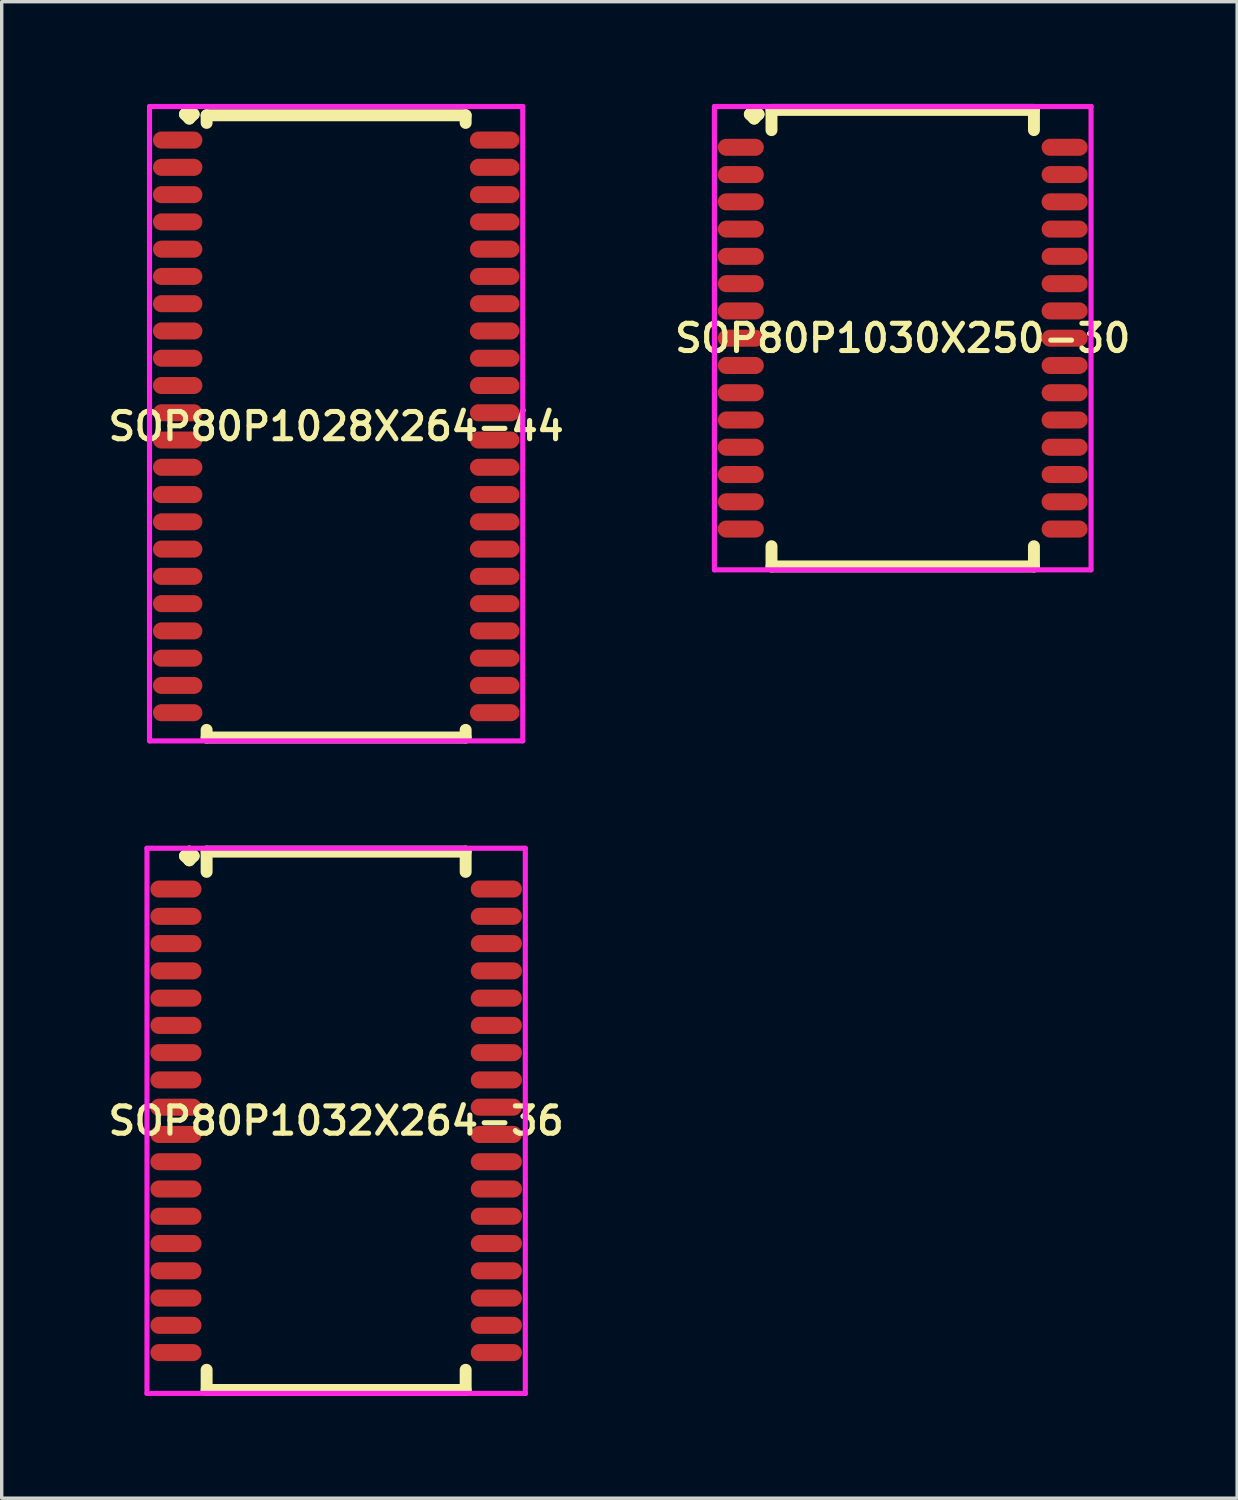
<source format=kicad_pcb>
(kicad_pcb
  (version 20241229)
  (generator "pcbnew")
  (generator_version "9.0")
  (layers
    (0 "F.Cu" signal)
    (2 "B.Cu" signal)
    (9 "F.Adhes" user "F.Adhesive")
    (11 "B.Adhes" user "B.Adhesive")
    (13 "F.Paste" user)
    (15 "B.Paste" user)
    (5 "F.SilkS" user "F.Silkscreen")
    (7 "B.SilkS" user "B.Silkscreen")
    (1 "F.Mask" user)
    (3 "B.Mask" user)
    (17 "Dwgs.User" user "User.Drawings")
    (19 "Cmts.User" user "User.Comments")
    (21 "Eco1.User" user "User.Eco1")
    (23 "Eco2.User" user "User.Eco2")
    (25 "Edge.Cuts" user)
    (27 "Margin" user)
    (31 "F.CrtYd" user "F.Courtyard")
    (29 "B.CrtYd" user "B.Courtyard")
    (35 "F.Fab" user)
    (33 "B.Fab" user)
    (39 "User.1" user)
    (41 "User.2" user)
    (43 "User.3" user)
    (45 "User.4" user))
  (footprint "SOP80P1032X264-36"
    (layer "F.Cu")
    (at 6.812 29.834)
    (property "Reference" "SOP80P1032X264-36" (at 0 0 0) (layer "F.SilkS") (effects (font (size 0.8 0.8) (thickness 0.15))))
    (attr smd)
    (fp_line (start -4.435 -7.77) (end -4.308 -7.897) (stroke (width 0.35) (type solid)) (layer "F.SilkS"))
    (fp_line (start -4.308 -7.897) (end -4.181 -7.77) (stroke (width 0.35) (type solid)) (layer "F.SilkS"))
    (fp_line (start -4.308 -7.643) (end -4.435 -7.77) (stroke (width 0.35) (type solid)) (layer "F.SilkS"))
    (fp_line (start -4.181 -7.77) (end -4.308 -7.643) (stroke (width 0.35) (type solid)) (layer "F.SilkS"))
    (fp_line (start -3.8 -7.897) (end 3.8 -7.897) (stroke (width 0.35) (type solid)) (layer "F.SilkS"))
    (fp_line (start -3.8 -7.304) (end -3.8 -7.897) (stroke (width 0.35) (type solid)) (layer "F.SilkS"))
    (fp_line (start -3.8 7.304) (end -3.8 7.897) (stroke (width 0.35) (type solid)) (layer "F.SilkS"))
    (fp_line (start -3.8 7.897) (end 3.8 7.897) (stroke (width 0.35) (type solid)) (layer "F.SilkS"))
    (fp_line (start 3.8 -7.897) (end 3.8 -7.304) (stroke (width 0.35) (type solid)) (layer "F.SilkS"))
    (fp_line (start 3.8 7.897) (end 3.8 7.304) (stroke (width 0.35) (type solid)) (layer "F.SilkS"))
    (fp_line (start -5.55 -7.997) (end 5.55 -7.997) (stroke (width 0.15) (type solid)) (layer "F.CrtYd"))
    (fp_line (start -5.55 7.997) (end -5.55 -7.997) (stroke (width 0.15) (type solid)) (layer "F.CrtYd"))
    (fp_line (start 5.55 -7.997) (end 5.55 7.997) (stroke (width 0.15) (type solid)) (layer "F.CrtYd"))
    (fp_line (start 5.55 7.997) (end -5.55 7.997) (stroke (width 0.15) (type solid)) (layer "F.CrtYd"))
    (pad "1" smd oval (at -4.7 -6.8) (size 1.5 0.5) (layers "F.Cu" "F.Mask" "F.Paste"))
    (pad "2" smd oval (at -4.7 -6) (size 1.5 0.5) (layers "F.Cu" "F.Mask" "F.Paste"))
    (pad "3" smd oval (at -4.7 -5.2) (size 1.5 0.5) (layers "F.Cu" "F.Mask" "F.Paste"))
    (pad "4" smd oval (at -4.7 -4.4) (size 1.5 0.5) (layers "F.Cu" "F.Mask" "F.Paste"))
    (pad "5" smd oval (at -4.7 -3.6) (size 1.5 0.5) (layers "F.Cu" "F.Mask" "F.Paste"))
    (pad "6" smd oval (at -4.7 -2.8) (size 1.5 0.5) (layers "F.Cu" "F.Mask" "F.Paste"))
    (pad "7" smd oval (at -4.7 -2) (size 1.5 0.5) (layers "F.Cu" "F.Mask" "F.Paste"))
    (pad "8" smd oval (at -4.7 -1.2) (size 1.5 0.5) (layers "F.Cu" "F.Mask" "F.Paste"))
    (pad "9" smd oval (at -4.7 -0.4) (size 1.5 0.5) (layers "F.Cu" "F.Mask" "F.Paste"))
    (pad "10" smd oval (at -4.7 0.4) (size 1.5 0.5) (layers "F.Cu" "F.Mask" "F.Paste"))
    (pad "11" smd oval (at -4.7 1.2) (size 1.5 0.5) (layers "F.Cu" "F.Mask" "F.Paste"))
    (pad "12" smd oval (at -4.7 2) (size 1.5 0.5) (layers "F.Cu" "F.Mask" "F.Paste"))
    (pad "13" smd oval (at -4.7 2.8) (size 1.5 0.5) (layers "F.Cu" "F.Mask" "F.Paste"))
    (pad "14" smd oval (at -4.7 3.6) (size 1.5 0.5) (layers "F.Cu" "F.Mask" "F.Paste"))
    (pad "15" smd oval (at -4.7 4.4) (size 1.5 0.5) (layers "F.Cu" "F.Mask" "F.Paste"))
    (pad "16" smd oval (at -4.7 5.2) (size 1.5 0.5) (layers "F.Cu" "F.Mask" "F.Paste"))
    (pad "17" smd oval (at -4.7 6) (size 1.5 0.5) (layers "F.Cu" "F.Mask" "F.Paste"))
    (pad "18" smd oval (at -4.7 6.8) (size 1.5 0.5) (layers "F.Cu" "F.Mask" "F.Paste"))
    (pad "19" smd oval (at 4.7 6.8) (size 1.5 0.5) (layers "F.Cu" "F.Mask" "F.Paste"))
    (pad "20" smd oval (at 4.7 6) (size 1.5 0.5) (layers "F.Cu" "F.Mask" "F.Paste"))
    (pad "21" smd oval (at 4.7 5.2) (size 1.5 0.5) (layers "F.Cu" "F.Mask" "F.Paste"))
    (pad "22" smd oval (at 4.7 4.4) (size 1.5 0.5) (layers "F.Cu" "F.Mask" "F.Paste"))
    (pad "23" smd oval (at 4.7 3.6) (size 1.5 0.5) (layers "F.Cu" "F.Mask" "F.Paste"))
    (pad "24" smd oval (at 4.7 2.8) (size 1.5 0.5) (layers "F.Cu" "F.Mask" "F.Paste"))
    (pad "25" smd oval (at 4.7 2) (size 1.5 0.5) (layers "F.Cu" "F.Mask" "F.Paste"))
    (pad "26" smd oval (at 4.7 1.2) (size 1.5 0.5) (layers "F.Cu" "F.Mask" "F.Paste"))
    (pad "27" smd oval (at 4.7 0.4) (size 1.5 0.5) (layers "F.Cu" "F.Mask" "F.Paste"))
    (pad "28" smd oval (at 4.7 -0.4) (size 1.5 0.5) (layers "F.Cu" "F.Mask" "F.Paste"))
    (pad "29" smd oval (at 4.7 -1.2) (size 1.5 0.5) (layers "F.Cu" "F.Mask" "F.Paste"))
    (pad "30" smd oval (at 4.7 -2) (size 1.5 0.5) (layers "F.Cu" "F.Mask" "F.Paste"))
    (pad "31" smd oval (at 4.7 -2.8) (size 1.5 0.5) (layers "F.Cu" "F.Mask" "F.Paste"))
    (pad "32" smd oval (at 4.7 -3.6) (size 1.5 0.5) (layers "F.Cu" "F.Mask" "F.Paste"))
    (pad "33" smd oval (at 4.7 -4.4) (size 1.5 0.5) (layers "F.Cu" "F.Mask" "F.Paste"))
    (pad "34" smd oval (at 4.7 -5.2) (size 1.5 0.5) (layers "F.Cu" "F.Mask" "F.Paste"))
    (pad "35" smd oval (at 4.7 -6) (size 1.5 0.5) (layers "F.Cu" "F.Mask" "F.Paste"))
    (pad "36" smd oval (at 4.7 -6.8) (size 1.5 0.5) (layers "F.Cu" "F.Mask" "F.Paste")))
  (footprint "SOP80P1030X250-30"
    (layer "F.Cu")
    (at 23.435 6.872)
    (property "Reference" "SOP80P1030X250-30" (at 0 0 0) (layer "F.SilkS") (effects (font (size 0.8 0.8) (thickness 0.15))))
    (attr smd)
    (fp_line (start -4.485 -6.57) (end -4.358 -6.697) (stroke (width 0.35) (type solid)) (layer "F.SilkS"))
    (fp_line (start -4.358 -6.697) (end -4.231 -6.57) (stroke (width 0.35) (type solid)) (layer "F.SilkS"))
    (fp_line (start -4.358 -6.443) (end -4.485 -6.57) (stroke (width 0.35) (type solid)) (layer "F.SilkS"))
    (fp_line (start -4.231 -6.57) (end -4.358 -6.443) (stroke (width 0.35) (type solid)) (layer "F.SilkS"))
    (fp_line (start -3.85 -6.697) (end 3.85 -6.697) (stroke (width 0.35) (type solid)) (layer "F.SilkS"))
    (fp_line (start -3.85 -6.104) (end -3.85 -6.697) (stroke (width 0.35) (type solid)) (layer "F.SilkS"))
    (fp_line (start -3.85 6.104) (end -3.85 6.697) (stroke (width 0.35) (type solid)) (layer "F.SilkS"))
    (fp_line (start -3.85 6.697) (end 3.85 6.697) (stroke (width 0.35) (type solid)) (layer "F.SilkS"))
    (fp_line (start 3.85 -6.697) (end 3.85 -6.104) (stroke (width 0.35) (type solid)) (layer "F.SilkS"))
    (fp_line (start 3.85 6.697) (end 3.85 6.104) (stroke (width 0.35) (type solid)) (layer "F.SilkS"))
    (fp_line (start -5.525 -6.797) (end 5.525 -6.797) (stroke (width 0.15) (type solid)) (layer "F.CrtYd"))
    (fp_line (start -5.525 6.797) (end -5.525 -6.797) (stroke (width 0.15) (type solid)) (layer "F.CrtYd"))
    (fp_line (start 5.525 -6.797) (end 5.525 6.797) (stroke (width 0.15) (type solid)) (layer "F.CrtYd"))
    (fp_line (start 5.525 6.797) (end -5.525 6.797) (stroke (width 0.15) (type solid)) (layer "F.CrtYd"))
    (pad "1" smd oval (at -4.75 -5.6) (size 1.35 0.5) (layers "F.Cu" "F.Mask" "F.Paste"))
    (pad "2" smd oval (at -4.75 -4.8) (size 1.35 0.5) (layers "F.Cu" "F.Mask" "F.Paste"))
    (pad "3" smd oval (at -4.75 -4) (size 1.35 0.5) (layers "F.Cu" "F.Mask" "F.Paste"))
    (pad "4" smd oval (at -4.75 -3.2) (size 1.35 0.5) (layers "F.Cu" "F.Mask" "F.Paste"))
    (pad "5" smd oval (at -4.75 -2.4) (size 1.35 0.5) (layers "F.Cu" "F.Mask" "F.Paste"))
    (pad "6" smd oval (at -4.75 -1.6) (size 1.35 0.5) (layers "F.Cu" "F.Mask" "F.Paste"))
    (pad "7" smd oval (at -4.75 -0.8) (size 1.35 0.5) (layers "F.Cu" "F.Mask" "F.Paste"))
    (pad "8" smd oval (at -4.75 0) (size 1.35 0.5) (layers "F.Cu" "F.Mask" "F.Paste"))
    (pad "9" smd oval (at -4.75 0.8) (size 1.35 0.5) (layers "F.Cu" "F.Mask" "F.Paste"))
    (pad "10" smd oval (at -4.75 1.6) (size 1.35 0.5) (layers "F.Cu" "F.Mask" "F.Paste"))
    (pad "11" smd oval (at -4.75 2.4) (size 1.35 0.5) (layers "F.Cu" "F.Mask" "F.Paste"))
    (pad "12" smd oval (at -4.75 3.2) (size 1.35 0.5) (layers "F.Cu" "F.Mask" "F.Paste"))
    (pad "13" smd oval (at -4.75 4) (size 1.35 0.5) (layers "F.Cu" "F.Mask" "F.Paste"))
    (pad "14" smd oval (at -4.75 4.8) (size 1.35 0.5) (layers "F.Cu" "F.Mask" "F.Paste"))
    (pad "15" smd oval (at -4.75 5.6) (size 1.35 0.5) (layers "F.Cu" "F.Mask" "F.Paste"))
    (pad "16" smd oval (at 4.75 5.6) (size 1.35 0.5) (layers "F.Cu" "F.Mask" "F.Paste"))
    (pad "17" smd oval (at 4.75 4.8) (size 1.35 0.5) (layers "F.Cu" "F.Mask" "F.Paste"))
    (pad "18" smd oval (at 4.75 4) (size 1.35 0.5) (layers "F.Cu" "F.Mask" "F.Paste"))
    (pad "19" smd oval (at 4.75 3.2) (size 1.35 0.5) (layers "F.Cu" "F.Mask" "F.Paste"))
    (pad "20" smd oval (at 4.75 2.4) (size 1.35 0.5) (layers "F.Cu" "F.Mask" "F.Paste"))
    (pad "21" smd oval (at 4.75 1.6) (size 1.35 0.5) (layers "F.Cu" "F.Mask" "F.Paste"))
    (pad "22" smd oval (at 4.75 0.8) (size 1.35 0.5) (layers "F.Cu" "F.Mask" "F.Paste"))
    (pad "23" smd oval (at 4.75 0) (size 1.35 0.5) (layers "F.Cu" "F.Mask" "F.Paste"))
    (pad "24" smd oval (at 4.75 -0.8) (size 1.35 0.5) (layers "F.Cu" "F.Mask" "F.Paste"))
    (pad "25" smd oval (at 4.75 -1.6) (size 1.35 0.5) (layers "F.Cu" "F.Mask" "F.Paste"))
    (pad "26" smd oval (at 4.75 -2.4) (size 1.35 0.5) (layers "F.Cu" "F.Mask" "F.Paste"))
    (pad "27" smd oval (at 4.75 -3.2) (size 1.35 0.5) (layers "F.Cu" "F.Mask" "F.Paste"))
    (pad "28" smd oval (at 4.75 -4) (size 1.35 0.5) (layers "F.Cu" "F.Mask" "F.Paste"))
    (pad "29" smd oval (at 4.75 -4.8) (size 1.35 0.5) (layers "F.Cu" "F.Mask" "F.Paste"))
    (pad "30" smd oval (at 4.75 -5.6) (size 1.35 0.5) (layers "F.Cu" "F.Mask" "F.Paste")))
  (footprint "SOP80P1028X264-44"
    (layer "F.Cu")
    (at 6.812 9.46)
    (property "Reference" "SOP80P1028X264-44" (at 0 0 0) (layer "F.SilkS") (effects (font (size 0.8 0.8) (thickness 0.15))))
    (attr smd)
    (fp_line (start -4.435 -9.158) (end -4.308 -9.285) (stroke (width 0.35) (type solid)) (layer "F.SilkS"))
    (fp_line (start -4.308 -9.285) (end -4.181 -9.158) (stroke (width 0.35) (type solid)) (layer "F.SilkS"))
    (fp_line (start -4.308 -9.031) (end -4.435 -9.158) (stroke (width 0.35) (type solid)) (layer "F.SilkS"))
    (fp_line (start -4.181 -9.158) (end -4.308 -9.031) (stroke (width 0.35) (type solid)) (layer "F.SilkS"))
    (fp_line (start -3.8 -9.127) (end 3.8 -9.127) (stroke (width 0.35) (type solid)) (layer "F.SilkS"))
    (fp_line (start -3.8 -8.904) (end -3.8 -9.127) (stroke (width 0.35) (type solid)) (layer "F.SilkS"))
    (fp_line (start -3.8 8.904) (end -3.8 9.127) (stroke (width 0.35) (type solid)) (layer "F.SilkS"))
    (fp_line (start -3.8 9.127) (end 3.8 9.127) (stroke (width 0.35) (type solid)) (layer "F.SilkS"))
    (fp_line (start 3.8 -9.127) (end 3.8 -8.904) (stroke (width 0.35) (type solid)) (layer "F.SilkS"))
    (fp_line (start 3.8 9.127) (end 3.8 8.904) (stroke (width 0.35) (type solid)) (layer "F.SilkS"))
    (fp_line (start -5.475 -9.385) (end 5.475 -9.385) (stroke (width 0.15) (type solid)) (layer "F.CrtYd"))
    (fp_line (start -5.475 9.227) (end -5.475 -9.385) (stroke (width 0.15) (type solid)) (layer "F.CrtYd"))
    (fp_line (start 5.475 -9.385) (end 5.475 9.227) (stroke (width 0.15) (type solid)) (layer "F.CrtYd"))
    (fp_line (start 5.475 9.227) (end -5.475 9.227) (stroke (width 0.15) (type solid)) (layer "F.CrtYd"))
    (pad "1" smd oval (at -4.65 -8.4) (size 1.45 0.5) (layers "F.Cu" "F.Mask" "F.Paste"))
    (pad "2" smd oval (at -4.65 -7.6) (size 1.45 0.5) (layers "F.Cu" "F.Mask" "F.Paste"))
    (pad "3" smd oval (at -4.65 -6.8) (size 1.45 0.5) (layers "F.Cu" "F.Mask" "F.Paste"))
    (pad "4" smd oval (at -4.65 -6) (size 1.45 0.5) (layers "F.Cu" "F.Mask" "F.Paste"))
    (pad "5" smd oval (at -4.65 -5.2) (size 1.45 0.5) (layers "F.Cu" "F.Mask" "F.Paste"))
    (pad "6" smd oval (at -4.65 -4.4) (size 1.45 0.5) (layers "F.Cu" "F.Mask" "F.Paste"))
    (pad "7" smd oval (at -4.65 -3.6) (size 1.45 0.5) (layers "F.Cu" "F.Mask" "F.Paste"))
    (pad "8" smd oval (at -4.65 -2.8) (size 1.45 0.5) (layers "F.Cu" "F.Mask" "F.Paste"))
    (pad "9" smd oval (at -4.65 -2) (size 1.45 0.5) (layers "F.Cu" "F.Mask" "F.Paste"))
    (pad "10" smd oval (at -4.65 -1.2) (size 1.45 0.5) (layers "F.Cu" "F.Mask" "F.Paste"))
    (pad "11" smd oval (at -4.65 -0.4) (size 1.45 0.5) (layers "F.Cu" "F.Mask" "F.Paste"))
    (pad "12" smd oval (at -4.65 0.4) (size 1.45 0.5) (layers "F.Cu" "F.Mask" "F.Paste"))
    (pad "13" smd oval (at -4.65 1.2) (size 1.45 0.5) (layers "F.Cu" "F.Mask" "F.Paste"))
    (pad "14" smd oval (at -4.65 2) (size 1.45 0.5) (layers "F.Cu" "F.Mask" "F.Paste"))
    (pad "15" smd oval (at -4.65 2.8) (size 1.45 0.5) (layers "F.Cu" "F.Mask" "F.Paste"))
    (pad "16" smd oval (at -4.65 3.6) (size 1.45 0.5) (layers "F.Cu" "F.Mask" "F.Paste"))
    (pad "17" smd oval (at -4.65 4.4) (size 1.45 0.5) (layers "F.Cu" "F.Mask" "F.Paste"))
    (pad "18" smd oval (at -4.65 5.2) (size 1.45 0.5) (layers "F.Cu" "F.Mask" "F.Paste"))
    (pad "19" smd oval (at -4.65 6) (size 1.45 0.5) (layers "F.Cu" "F.Mask" "F.Paste"))
    (pad "20" smd oval (at -4.65 6.8) (size 1.45 0.5) (layers "F.Cu" "F.Mask" "F.Paste"))
    (pad "21" smd oval (at -4.65 7.6) (size 1.45 0.5) (layers "F.Cu" "F.Mask" "F.Paste"))
    (pad "22" smd oval (at -4.65 8.4) (size 1.45 0.5) (layers "F.Cu" "F.Mask" "F.Paste"))
    (pad "23" smd oval (at 4.65 8.4) (size 1.45 0.5) (layers "F.Cu" "F.Mask" "F.Paste"))
    (pad "24" smd oval (at 4.65 7.6) (size 1.45 0.5) (layers "F.Cu" "F.Mask" "F.Paste"))
    (pad "25" smd oval (at 4.65 6.8) (size 1.45 0.5) (layers "F.Cu" "F.Mask" "F.Paste"))
    (pad "26" smd oval (at 4.65 6) (size 1.45 0.5) (layers "F.Cu" "F.Mask" "F.Paste"))
    (pad "27" smd oval (at 4.65 5.2) (size 1.45 0.5) (layers "F.Cu" "F.Mask" "F.Paste"))
    (pad "28" smd oval (at 4.65 4.4) (size 1.45 0.5) (layers "F.Cu" "F.Mask" "F.Paste"))
    (pad "29" smd oval (at 4.65 3.6) (size 1.45 0.5) (layers "F.Cu" "F.Mask" "F.Paste"))
    (pad "30" smd oval (at 4.65 2.8) (size 1.45 0.5) (layers "F.Cu" "F.Mask" "F.Paste"))
    (pad "31" smd oval (at 4.65 2) (size 1.45 0.5) (layers "F.Cu" "F.Mask" "F.Paste"))
    (pad "32" smd oval (at 4.65 1.2) (size 1.45 0.5) (layers "F.Cu" "F.Mask" "F.Paste"))
    (pad "33" smd oval (at 4.65 0.4) (size 1.45 0.5) (layers "F.Cu" "F.Mask" "F.Paste"))
    (pad "34" smd oval (at 4.65 -0.4) (size 1.45 0.5) (layers "F.Cu" "F.Mask" "F.Paste"))
    (pad "35" smd oval (at 4.65 -1.2) (size 1.45 0.5) (layers "F.Cu" "F.Mask" "F.Paste"))
    (pad "36" smd oval (at 4.65 -2) (size 1.45 0.5) (layers "F.Cu" "F.Mask" "F.Paste"))
    (pad "37" smd oval (at 4.65 -2.8) (size 1.45 0.5) (layers "F.Cu" "F.Mask" "F.Paste"))
    (pad "38" smd oval (at 4.65 -3.6) (size 1.45 0.5) (layers "F.Cu" "F.Mask" "F.Paste"))
    (pad "39" smd oval (at 4.65 -4.4) (size 1.45 0.5) (layers "F.Cu" "F.Mask" "F.Paste"))
    (pad "40" smd oval (at 4.65 -5.2) (size 1.45 0.5) (layers "F.Cu" "F.Mask" "F.Paste"))
    (pad "41" smd oval (at 4.65 -6) (size 1.45 0.5) (layers "F.Cu" "F.Mask" "F.Paste"))
    (pad "42" smd oval (at 4.65 -6.8) (size 1.45 0.5) (layers "F.Cu" "F.Mask" "F.Paste"))
    (pad "43" smd oval (at 4.65 -7.6) (size 1.45 0.5) (layers "F.Cu" "F.Mask" "F.Paste"))
    (pad "44" smd oval (at 4.65 -8.4) (size 1.45 0.5) (layers "F.Cu" "F.Mask" "F.Paste")))
  (gr_rect
    (start -3 -3)
    (end 33.247 40.906)
    (stroke (width 0.1) (type default))
    (fill no)
    (layer "Edge.Cuts")))
</source>
